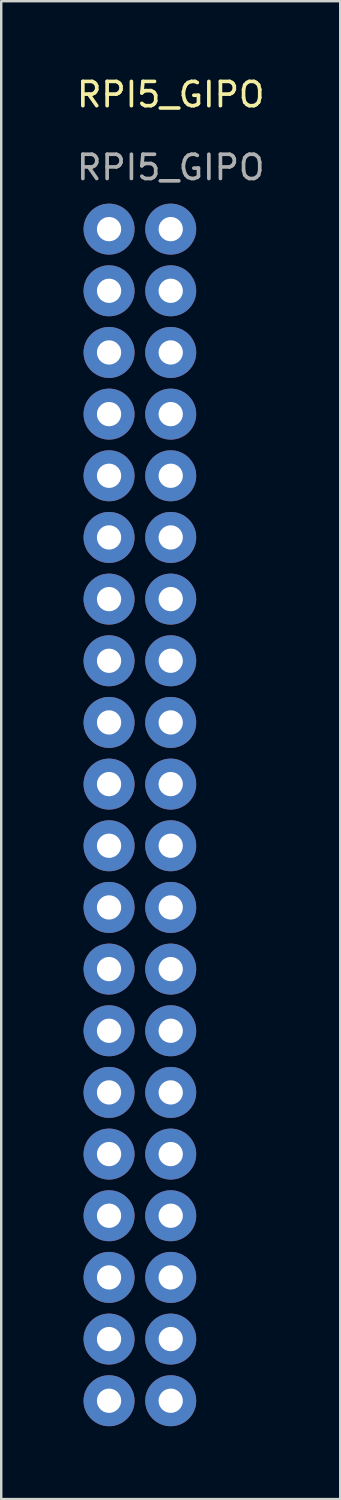
<source format=kicad_pcb>
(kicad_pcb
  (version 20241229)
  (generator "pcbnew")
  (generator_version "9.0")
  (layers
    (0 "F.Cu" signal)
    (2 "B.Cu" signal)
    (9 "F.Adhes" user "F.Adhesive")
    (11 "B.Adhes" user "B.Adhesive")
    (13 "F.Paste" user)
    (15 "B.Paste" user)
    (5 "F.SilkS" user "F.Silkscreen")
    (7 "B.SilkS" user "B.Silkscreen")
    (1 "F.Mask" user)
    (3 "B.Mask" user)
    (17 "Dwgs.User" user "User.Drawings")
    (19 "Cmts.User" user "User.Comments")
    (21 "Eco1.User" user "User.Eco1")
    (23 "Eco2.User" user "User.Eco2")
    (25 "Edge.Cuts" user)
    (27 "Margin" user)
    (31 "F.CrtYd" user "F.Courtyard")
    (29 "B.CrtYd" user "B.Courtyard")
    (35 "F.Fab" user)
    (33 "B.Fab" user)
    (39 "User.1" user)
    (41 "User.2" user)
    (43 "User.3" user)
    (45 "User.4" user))
  (footprint "RPI5_GIPO"
    (layer "F.Cu")
    (at 3.982 29.248)
    (property "Reference" "RPI5_GIPO" (at 0 -28.4 0) (unlocked yes) (layer "F.SilkS") (effects (font (size 1 1) (thickness 0.15))))
    (attr through_hole)
    (fp_text user "${REFERENCE}" (at 0 -25.4 0) (unlocked yes) (layer "F.Fab") (effects (font (size 1 1) (thickness 0.15))))
    (pad "1" thru_hole circle (at -2.54 -22.86) (size 2.1 2.1) (drill 1) (layers "*.Cu" "*.Mask"))
    (pad "2" thru_hole circle (at 0 -22.86) (size 2.1 2.1) (drill 1) (layers "*.Cu" "*.Mask"))
    (pad "3" thru_hole circle (at -2.54 -20.32) (size 2.1 2.1) (drill 1) (layers "*.Cu" "*.Mask"))
    (pad "4" thru_hole circle (at 0 -20.32) (size 2.1 2.1) (drill 1) (layers "*.Cu" "*.Mask"))
    (pad "5" thru_hole circle (at -2.54 -17.78) (size 2.1 2.1) (drill 1) (layers "*.Cu" "*.Mask"))
    (pad "6" thru_hole circle (at 0 -17.78) (size 2.1 2.1) (drill 1) (layers "*.Cu" "*.Mask"))
    (pad "7" thru_hole circle (at -2.54 -15.24) (size 2.1 2.1) (drill 1) (layers "*.Cu" "*.Mask"))
    (pad "8" thru_hole circle (at 0 -15.24) (size 2.1 2.1) (drill 1) (layers "*.Cu" "*.Mask"))
    (pad "9" thru_hole circle (at -2.54 -12.7) (size 2.1 2.1) (drill 1) (layers "*.Cu" "*.Mask"))
    (pad "10" thru_hole circle (at 0 -12.7) (size 2.1 2.1) (drill 1) (layers "*.Cu" "*.Mask"))
    (pad "11" thru_hole circle (at -2.54 -10.16) (size 2.1 2.1) (drill 1) (layers "*.Cu" "*.Mask"))
    (pad "12" thru_hole circle (at 0 -10.16) (size 2.1 2.1) (drill 1) (layers "*.Cu" "*.Mask"))
    (pad "13" thru_hole circle (at -2.54 -7.62) (size 2.1 2.1) (drill 1) (layers "*.Cu" "*.Mask"))
    (pad "14" thru_hole circle (at 0 -7.62) (size 2.1 2.1) (drill 1) (layers "*.Cu" "*.Mask"))
    (pad "15" thru_hole circle (at -2.54 -5.08) (size 2.1 2.1) (drill 1) (layers "*.Cu" "*.Mask"))
    (pad "16" thru_hole circle (at 0 -5.08) (size 2.1 2.1) (drill 1) (layers "*.Cu" "*.Mask"))
    (pad "17" thru_hole circle (at -2.54 -2.54) (size 2.1 2.1) (drill 1) (layers "*.Cu" "*.Mask"))
    (pad "18" thru_hole circle (at 0 -2.54) (size 2.1 2.1) (drill 1) (layers "*.Cu" "*.Mask"))
    (pad "19" thru_hole circle (at -2.54 0) (size 2.1 2.1) (drill 1) (layers "*.Cu" "*.Mask"))
    (pad "20" thru_hole circle (at 0 0) (size 2.1 2.1) (drill 1) (layers "*.Cu" "*.Mask"))
    (pad "21" thru_hole circle (at -2.54 2.54) (size 2.1 2.1) (drill 1) (layers "*.Cu" "*.Mask"))
    (pad "22" thru_hole circle (at 0 2.54) (size 2.1 2.1) (drill 1) (layers "*.Cu" "*.Mask"))
    (pad "23" thru_hole circle (at -2.54 5.08) (size 2.1 2.1) (drill 1) (layers "*.Cu" "*.Mask"))
    (pad "24" thru_hole circle (at 0 5.08) (size 2.1 2.1) (drill 1) (layers "*.Cu" "*.Mask"))
    (pad "25" thru_hole circle (at -2.54 7.62) (size 2.1 2.1) (drill 1) (layers "*.Cu" "*.Mask"))
    (pad "26" thru_hole circle (at 0 7.62) (size 2.1 2.1) (drill 1) (layers "*.Cu" "*.Mask"))
    (pad "27" thru_hole circle (at -2.54 10.16) (size 2.1 2.1) (drill 1) (layers "*.Cu" "*.Mask"))
    (pad "28" thru_hole circle (at 0 10.16) (size 2.1 2.1) (drill 1) (layers "*.Cu" "*.Mask"))
    (pad "29" thru_hole circle (at -2.54 12.7) (size 2.1 2.1) (drill 1) (layers "*.Cu" "*.Mask"))
    (pad "30" thru_hole circle (at 0 12.7) (size 2.1 2.1) (drill 1) (layers "*.Cu" "*.Mask"))
    (pad "31" thru_hole circle (at -2.54 15.24) (size 2.1 2.1) (drill 1) (layers "*.Cu" "*.Mask"))
    (pad "32" thru_hole circle (at 0 15.24) (size 2.1 2.1) (drill 1) (layers "*.Cu" "*.Mask"))
    (pad "33" thru_hole circle (at -2.54 17.78) (size 2.1 2.1) (drill 1) (layers "*.Cu" "*.Mask"))
    (pad "34" thru_hole circle (at 0 17.78) (size 2.1 2.1) (drill 1) (layers "*.Cu" "*.Mask"))
    (pad "35" thru_hole circle (at -2.54 20.32) (size 2.1 2.1) (drill 1) (layers "*.Cu" "*.Mask"))
    (pad "36" thru_hole circle (at 0 20.32) (size 2.1 2.1) (drill 1) (layers "*.Cu" "*.Mask"))
    (pad "37" thru_hole circle (at -2.54 22.86) (size 2.1 2.1) (drill 1) (layers "*.Cu" "*.Mask"))
    (pad "38" thru_hole circle (at 0 22.86) (size 2.1 2.1) (drill 1) (layers "*.Cu" "*.Mask"))
    (pad "39" thru_hole circle (at -2.54 25.4) (size 2.1 2.1) (drill 1) (layers "*.Cu" "*.Mask"))
    (pad "40" thru_hole circle (at 0 25.4) (size 2.1 2.1) (drill 1) (layers "*.Cu" "*.Mask")))
  (gr_rect
    (start -3 -3)
    (end 10.964 58.698)
    (stroke (width 0.1) (type default))
    (fill no)
    (layer "Edge.Cuts")))
</source>
